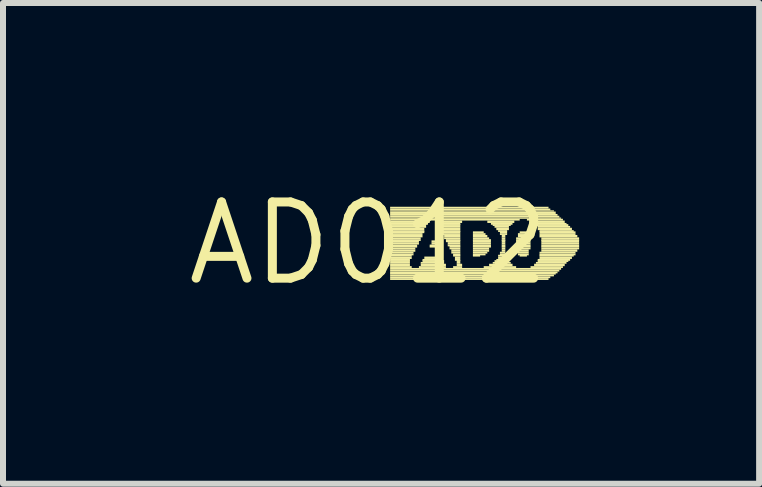
<source format=kicad_pcb>
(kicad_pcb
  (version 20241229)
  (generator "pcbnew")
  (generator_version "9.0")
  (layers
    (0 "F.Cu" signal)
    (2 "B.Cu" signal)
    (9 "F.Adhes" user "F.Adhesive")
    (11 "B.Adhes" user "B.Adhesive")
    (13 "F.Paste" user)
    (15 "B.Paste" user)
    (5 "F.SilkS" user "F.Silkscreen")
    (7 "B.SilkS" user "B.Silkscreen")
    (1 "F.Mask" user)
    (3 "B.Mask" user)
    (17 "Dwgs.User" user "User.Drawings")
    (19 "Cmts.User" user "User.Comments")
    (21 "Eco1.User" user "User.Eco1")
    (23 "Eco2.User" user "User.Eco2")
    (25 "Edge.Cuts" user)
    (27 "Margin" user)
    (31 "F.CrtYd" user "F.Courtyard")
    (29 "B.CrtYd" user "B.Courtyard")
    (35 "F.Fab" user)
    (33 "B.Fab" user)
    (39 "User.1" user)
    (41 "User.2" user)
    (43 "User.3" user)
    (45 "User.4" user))
  (footprint "AD012"
    (layer "F.Cu")
    (at 3.092 1.006)
    (property "Reference" "AD012" (at 0 0 0) (layer "F.SilkS") (effects (font (size 1.27 1.27) (thickness 0.15))))
    (attr through_hole)
    (fp_poly (pts (xy 0.36 -0.58) (xy 3 -0.58) (xy 3 -0.61) (xy 0.36 -0.61)) (stroke (width 0) (type solid)) (fill yes) (layer "F.SilkS"))
    (fp_poly (pts (xy 0.36 -0.55) (xy 3.03 -0.55) (xy 3.03 -0.58) (xy 0.36 -0.58)) (stroke (width 0) (type solid)) (fill yes) (layer "F.SilkS"))
    (fp_poly (pts (xy 0.36 -0.53) (xy 3.09 -0.53) (xy 3.09 -0.55) (xy 0.36 -0.55)) (stroke (width 0) (type solid)) (fill yes) (layer "F.SilkS"))
    (fp_poly (pts (xy 0.36 -0.49) (xy 3.12 -0.49) (xy 3.12 -0.53) (xy 0.36 -0.53)) (stroke (width 0) (type solid)) (fill yes) (layer "F.SilkS"))
    (fp_poly (pts (xy 0.36 -0.46) (xy 3.15 -0.46) (xy 3.15 -0.49) (xy 0.36 -0.49)) (stroke (width 0) (type solid)) (fill yes) (layer "F.SilkS"))
    (fp_poly (pts (xy 0.36 -0.43) (xy 3.18 -0.43) (xy 3.18 -0.46) (xy 0.36 -0.46)) (stroke (width 0) (type solid)) (fill yes) (layer "F.SilkS"))
    (fp_poly (pts (xy 0.36 -0.41) (xy 3.21 -0.41) (xy 3.21 -0.43) (xy 0.36 -0.43)) (stroke (width 0) (type solid)) (fill yes) (layer "F.SilkS"))
    (fp_poly (pts (xy 0.36 -0.38) (xy 2.52 -0.38) (xy 2.52 -0.41) (xy 0.36 -0.41)) (stroke (width 0) (type solid)) (fill yes) (layer "F.SilkS"))
    (fp_poly (pts (xy 0.36 -0.34) (xy 1.02 -0.34) (xy 1.02 -0.38) (xy 0.36 -0.38)) (stroke (width 0) (type solid)) (fill yes) (layer "F.SilkS"))
    (fp_poly (pts (xy 0.36 -0.31) (xy 0.99 -0.31) (xy 0.99 -0.34) (xy 0.36 -0.34)) (stroke (width 0) (type solid)) (fill yes) (layer "F.SilkS"))
    (fp_poly (pts (xy 0.36 -0.29) (xy 0.96 -0.29) (xy 0.96 -0.32) (xy 0.36 -0.32)) (stroke (width 0) (type solid)) (fill yes) (layer "F.SilkS"))
    (fp_poly (pts (xy 0.36 -0.26) (xy 0.96 -0.26) (xy 0.96 -0.29) (xy 0.36 -0.29)) (stroke (width 0) (type solid)) (fill yes) (layer "F.SilkS"))
    (fp_poly (pts (xy 0.36 -0.22) (xy 0.93 -0.22) (xy 0.93 -0.26) (xy 0.36 -0.26)) (stroke (width 0) (type solid)) (fill yes) (layer "F.SilkS"))
    (fp_poly (pts (xy 0.36 -0.19) (xy 0.93 -0.19) (xy 0.93 -0.22) (xy 0.36 -0.22)) (stroke (width 0) (type solid)) (fill yes) (layer "F.SilkS"))
    (fp_poly (pts (xy 0.36 -0.17) (xy 0.93 -0.17) (xy 0.93 -0.2) (xy 0.36 -0.2)) (stroke (width 0) (type solid)) (fill yes) (layer "F.SilkS"))
    (fp_poly (pts (xy 0.36 -0.14) (xy 0.9 -0.14) (xy 0.9 -0.17) (xy 0.36 -0.17)) (stroke (width 0) (type solid)) (fill yes) (layer "F.SilkS"))
    (fp_poly (pts (xy 0.36 -0.1) (xy 0.9 -0.1) (xy 0.9 -0.14) (xy 0.36 -0.14)) (stroke (width 0) (type solid)) (fill yes) (layer "F.SilkS"))
    (fp_poly (pts (xy 0.36 -0.07) (xy 0.87 -0.07) (xy 0.87 -0.1) (xy 0.36 -0.1)) (stroke (width 0) (type solid)) (fill yes) (layer "F.SilkS"))
    (fp_poly (pts (xy 0.36 -0.04) (xy 0.87 -0.04) (xy 0.87 -0.07) (xy 0.36 -0.07)) (stroke (width 0) (type solid)) (fill yes) (layer "F.SilkS"))
    (fp_poly (pts (xy 0.36 -0.02) (xy 0.84 -0.02) (xy 0.84 -0.05) (xy 0.36 -0.05)) (stroke (width 0) (type solid)) (fill yes) (layer "F.SilkS"))
    (fp_poly (pts (xy 0.36 0.02) (xy 0.84 0.02) (xy 0.84 -0.02) (xy 0.36 -0.02)) (stroke (width 0) (type solid)) (fill yes) (layer "F.SilkS"))
    (fp_poly (pts (xy 0.36 0.05) (xy 0.81 0.05) (xy 0.81 0.02) (xy 0.36 0.02)) (stroke (width 0) (type solid)) (fill yes) (layer "F.SilkS"))
    (fp_poly (pts (xy 0.36 0.07) (xy 0.81 0.07) (xy 0.81 0.04) (xy 0.36 0.04)) (stroke (width 0) (type solid)) (fill yes) (layer "F.SilkS"))
    (fp_poly (pts (xy 0.36 0.1) (xy 0.78 0.1) (xy 0.78 0.07) (xy 0.36 0.07)) (stroke (width 0) (type solid)) (fill yes) (layer "F.SilkS"))
    (fp_poly (pts (xy 0.36 0.14) (xy 0.78 0.14) (xy 0.78 0.1) (xy 0.36 0.1)) (stroke (width 0) (type solid)) (fill yes) (layer "F.SilkS"))
    (fp_poly (pts (xy 0.36 0.17) (xy 0.75 0.17) (xy 0.75 0.14) (xy 0.36 0.14)) (stroke (width 0) (type solid)) (fill yes) (layer "F.SilkS"))
    (fp_poly (pts (xy 0.36 0.2) (xy 0.75 0.2) (xy 0.75 0.17) (xy 0.36 0.17)) (stroke (width 0) (type solid)) (fill yes) (layer "F.SilkS"))
    (fp_poly (pts (xy 0.36 0.22) (xy 0.72 0.22) (xy 0.72 0.19) (xy 0.36 0.19)) (stroke (width 0) (type solid)) (fill yes) (layer "F.SilkS"))
    (fp_poly (pts (xy 0.36 0.26) (xy 0.72 0.26) (xy 0.72 0.22) (xy 0.36 0.22)) (stroke (width 0) (type solid)) (fill yes) (layer "F.SilkS"))
    (fp_poly (pts (xy 0.36 0.29) (xy 0.69 0.29) (xy 0.69 0.26) (xy 0.36 0.26)) (stroke (width 0) (type solid)) (fill yes) (layer "F.SilkS"))
    (fp_poly (pts (xy 0.36 0.31) (xy 0.69 0.31) (xy 0.69 0.28) (xy 0.36 0.28)) (stroke (width 0) (type solid)) (fill yes) (layer "F.SilkS"))
    (fp_poly (pts (xy 0.36 0.34) (xy 0.69 0.34) (xy 0.69 0.31) (xy 0.36 0.31)) (stroke (width 0) (type solid)) (fill yes) (layer "F.SilkS"))
    (fp_poly (pts (xy 0.36 0.38) (xy 0.69 0.38) (xy 0.69 0.34) (xy 0.36 0.34)) (stroke (width 0) (type solid)) (fill yes) (layer "F.SilkS"))
    (fp_poly (pts (xy 0.36 0.41) (xy 0.72 0.41) (xy 0.72 0.38) (xy 0.36 0.38)) (stroke (width 0) (type solid)) (fill yes) (layer "F.SilkS"))
    (fp_poly (pts (xy 0.36 0.44) (xy 3.21 0.44) (xy 3.21 0.41) (xy 0.36 0.41)) (stroke (width 0) (type solid)) (fill yes) (layer "F.SilkS"))
    (fp_poly (pts (xy 0.36 0.47) (xy 3.18 0.47) (xy 3.18 0.44) (xy 0.36 0.44)) (stroke (width 0) (type solid)) (fill yes) (layer "F.SilkS"))
    (fp_poly (pts (xy 0.36 0.5) (xy 3.15 0.5) (xy 3.15 0.47) (xy 0.36 0.47)) (stroke (width 0) (type solid)) (fill yes) (layer "F.SilkS"))
    (fp_poly (pts (xy 0.36 0.52) (xy 3.12 0.52) (xy 3.12 0.49) (xy 0.36 0.49)) (stroke (width 0) (type solid)) (fill yes) (layer "F.SilkS"))
    (fp_poly (pts (xy 0.36 0.55) (xy 3.09 0.55) (xy 3.09 0.52) (xy 0.36 0.52)) (stroke (width 0) (type solid)) (fill yes) (layer "F.SilkS"))
    (fp_poly (pts (xy 0.36 0.58) (xy 3.03 0.58) (xy 3.03 0.55) (xy 0.36 0.55)) (stroke (width 0) (type solid)) (fill yes) (layer "F.SilkS"))
    (fp_poly (pts (xy 0.36 0.61) (xy 3 0.61) (xy 3 0.58) (xy 0.36 0.58)) (stroke (width 0) (type solid)) (fill yes) (layer "F.SilkS"))
    (fp_poly (pts (xy 0.84 0.41) (xy 1.29 0.41) (xy 1.29 0.38) (xy 0.84 0.38)) (stroke (width 0) (type solid)) (fill yes) (layer "F.SilkS"))
    (fp_poly (pts (xy 0.87 0.34) (xy 1.26 0.34) (xy 1.26 0.31) (xy 0.87 0.31)) (stroke (width 0) (type solid)) (fill yes) (layer "F.SilkS"))
    (fp_poly (pts (xy 0.87 0.38) (xy 1.29 0.38) (xy 1.29 0.34) (xy 0.87 0.34)) (stroke (width 0) (type solid)) (fill yes) (layer "F.SilkS"))
    (fp_poly (pts (xy 0.9 0.29) (xy 1.23 0.29) (xy 1.23 0.26) (xy 0.9 0.26)) (stroke (width 0) (type solid)) (fill yes) (layer "F.SilkS"))
    (fp_poly (pts (xy 0.9 0.31) (xy 1.26 0.31) (xy 1.26 0.28) (xy 0.9 0.28)) (stroke (width 0) (type solid)) (fill yes) (layer "F.SilkS"))
    (fp_poly (pts (xy 0.93 0.26) (xy 1.23 0.26) (xy 1.23 0.22) (xy 0.93 0.22)) (stroke (width 0) (type solid)) (fill yes) (layer "F.SilkS"))
    (fp_poly (pts (xy 1.02 0.05) (xy 1.11 0.05) (xy 1.11 0.02) (xy 1.02 0.02)) (stroke (width 0) (type solid)) (fill yes) (layer "F.SilkS"))
    (fp_poly (pts (xy 1.02 0.07) (xy 1.14 0.07) (xy 1.14 0.04) (xy 1.02 0.04)) (stroke (width 0) (type solid)) (fill yes) (layer "F.SilkS"))
    (fp_poly (pts (xy 1.05 -0.02) (xy 1.11 -0.02) (xy 1.11 -0.05) (xy 1.05 -0.05)) (stroke (width 0) (type solid)) (fill yes) (layer "F.SilkS"))
    (fp_poly (pts (xy 1.05 0.02) (xy 1.11 0.02) (xy 1.11 -0.02) (xy 1.05 -0.02)) (stroke (width 0) (type solid)) (fill yes) (layer "F.SilkS"))
    (fp_poly (pts (xy 1.14 -0.34) (xy 1.56 -0.34) (xy 1.56 -0.38) (xy 1.14 -0.38)) (stroke (width 0) (type solid)) (fill yes) (layer "F.SilkS"))
    (fp_poly (pts (xy 1.17 -0.31) (xy 1.53 -0.31) (xy 1.53 -0.34) (xy 1.17 -0.34)) (stroke (width 0) (type solid)) (fill yes) (layer "F.SilkS"))
    (fp_poly (pts (xy 1.17 -0.29) (xy 1.53 -0.29) (xy 1.53 -0.32) (xy 1.17 -0.32)) (stroke (width 0) (type solid)) (fill yes) (layer "F.SilkS"))
    (fp_poly (pts (xy 1.2 -0.26) (xy 1.53 -0.26) (xy 1.53 -0.29) (xy 1.2 -0.29)) (stroke (width 0) (type solid)) (fill yes) (layer "F.SilkS"))
    (fp_poly (pts (xy 1.2 -0.22) (xy 1.53 -0.22) (xy 1.53 -0.26) (xy 1.2 -0.26)) (stroke (width 0) (type solid)) (fill yes) (layer "F.SilkS"))
    (fp_poly (pts (xy 1.23 -0.19) (xy 1.53 -0.19) (xy 1.53 -0.22) (xy 1.23 -0.22)) (stroke (width 0) (type solid)) (fill yes) (layer "F.SilkS"))
    (fp_poly (pts (xy 1.23 -0.17) (xy 1.53 -0.17) (xy 1.53 -0.2) (xy 1.23 -0.2)) (stroke (width 0) (type solid)) (fill yes) (layer "F.SilkS"))
    (fp_poly (pts (xy 1.23 -0.14) (xy 1.53 -0.14) (xy 1.53 -0.17) (xy 1.23 -0.17)) (stroke (width 0) (type solid)) (fill yes) (layer "F.SilkS"))
    (fp_poly (pts (xy 1.26 -0.1) (xy 1.53 -0.1) (xy 1.53 -0.14) (xy 1.26 -0.14)) (stroke (width 0) (type solid)) (fill yes) (layer "F.SilkS"))
    (fp_poly (pts (xy 1.26 -0.07) (xy 1.53 -0.07) (xy 1.53 -0.1) (xy 1.26 -0.1)) (stroke (width 0) (type solid)) (fill yes) (layer "F.SilkS"))
    (fp_poly (pts (xy 1.29 -0.04) (xy 1.53 -0.04) (xy 1.53 -0.07) (xy 1.29 -0.07)) (stroke (width 0) (type solid)) (fill yes) (layer "F.SilkS"))
    (fp_poly (pts (xy 1.29 -0.02) (xy 1.53 -0.02) (xy 1.53 -0.05) (xy 1.29 -0.05)) (stroke (width 0) (type solid)) (fill yes) (layer "F.SilkS"))
    (fp_poly (pts (xy 1.32 0.02) (xy 1.53 0.02) (xy 1.53 -0.02) (xy 1.32 -0.02)) (stroke (width 0) (type solid)) (fill yes) (layer "F.SilkS"))
    (fp_poly (pts (xy 1.32 0.05) (xy 1.53 0.05) (xy 1.53 0.02) (xy 1.32 0.02)) (stroke (width 0) (type solid)) (fill yes) (layer "F.SilkS"))
    (fp_poly (pts (xy 1.35 0.07) (xy 1.53 0.07) (xy 1.53 0.04) (xy 1.35 0.04)) (stroke (width 0) (type solid)) (fill yes) (layer "F.SilkS"))
    (fp_poly (pts (xy 1.35 0.1) (xy 1.53 0.1) (xy 1.53 0.07) (xy 1.35 0.07)) (stroke (width 0) (type solid)) (fill yes) (layer "F.SilkS"))
    (fp_poly (pts (xy 1.38 0.14) (xy 1.53 0.14) (xy 1.53 0.1) (xy 1.38 0.1)) (stroke (width 0) (type solid)) (fill yes) (layer "F.SilkS"))
    (fp_poly (pts (xy 1.38 0.17) (xy 1.53 0.17) (xy 1.53 0.14) (xy 1.38 0.14)) (stroke (width 0) (type solid)) (fill yes) (layer "F.SilkS"))
    (fp_poly (pts (xy 1.41 0.2) (xy 1.53 0.2) (xy 1.53 0.17) (xy 1.41 0.17)) (stroke (width 0) (type solid)) (fill yes) (layer "F.SilkS"))
    (fp_poly (pts (xy 1.41 0.22) (xy 1.53 0.22) (xy 1.53 0.19) (xy 1.41 0.19)) (stroke (width 0) (type solid)) (fill yes) (layer "F.SilkS"))
    (fp_poly (pts (xy 1.41 0.41) (xy 1.56 0.41) (xy 1.56 0.38) (xy 1.41 0.38)) (stroke (width 0) (type solid)) (fill yes) (layer "F.SilkS"))
    (fp_poly (pts (xy 1.44 0.26) (xy 1.53 0.26) (xy 1.53 0.22) (xy 1.44 0.22)) (stroke (width 0) (type solid)) (fill yes) (layer "F.SilkS"))
    (fp_poly (pts (xy 1.44 0.29) (xy 1.53 0.29) (xy 1.53 0.26) (xy 1.44 0.26)) (stroke (width 0) (type solid)) (fill yes) (layer "F.SilkS"))
    (fp_poly (pts (xy 1.47 0.31) (xy 1.53 0.31) (xy 1.53 0.28) (xy 1.47 0.28)) (stroke (width 0) (type solid)) (fill yes) (layer "F.SilkS"))
    (fp_poly (pts (xy 1.47 0.34) (xy 1.53 0.34) (xy 1.53 0.31) (xy 1.47 0.31)) (stroke (width 0) (type solid)) (fill yes) (layer "F.SilkS"))
    (fp_poly (pts (xy 1.47 0.38) (xy 1.56 0.38) (xy 1.56 0.34) (xy 1.47 0.34)) (stroke (width 0) (type solid)) (fill yes) (layer "F.SilkS"))
    (fp_poly (pts (xy 1.74 -0.17) (xy 1.92 -0.17) (xy 1.92 -0.2) (xy 1.74 -0.2)) (stroke (width 0) (type solid)) (fill yes) (layer "F.SilkS"))
    (fp_poly (pts (xy 1.74 -0.14) (xy 1.95 -0.14) (xy 1.95 -0.17) (xy 1.74 -0.17)) (stroke (width 0) (type solid)) (fill yes) (layer "F.SilkS"))
    (fp_poly (pts (xy 1.74 -0.1) (xy 1.98 -0.1) (xy 1.98 -0.14) (xy 1.74 -0.14)) (stroke (width 0) (type solid)) (fill yes) (layer "F.SilkS"))
    (fp_poly (pts (xy 1.74 -0.07) (xy 2.01 -0.07) (xy 2.01 -0.1) (xy 1.74 -0.1)) (stroke (width 0) (type solid)) (fill yes) (layer "F.SilkS"))
    (fp_poly (pts (xy 1.74 -0.04) (xy 2.04 -0.04) (xy 2.04 -0.07) (xy 1.74 -0.07)) (stroke (width 0) (type solid)) (fill yes) (layer "F.SilkS"))
    (fp_poly (pts (xy 1.74 -0.02) (xy 2.04 -0.02) (xy 2.04 -0.05) (xy 1.74 -0.05)) (stroke (width 0) (type solid)) (fill yes) (layer "F.SilkS"))
    (fp_poly (pts (xy 1.74 0.02) (xy 2.04 0.02) (xy 2.04 -0.02) (xy 1.74 -0.02)) (stroke (width 0) (type solid)) (fill yes) (layer "F.SilkS"))
    (fp_poly (pts (xy 1.74 0.05) (xy 2.04 0.05) (xy 2.04 0.02) (xy 1.74 0.02)) (stroke (width 0) (type solid)) (fill yes) (layer "F.SilkS"))
    (fp_poly (pts (xy 1.74 0.07) (xy 2.04 0.07) (xy 2.04 0.04) (xy 1.74 0.04)) (stroke (width 0) (type solid)) (fill yes) (layer "F.SilkS"))
    (fp_poly (pts (xy 1.74 0.1) (xy 2.01 0.1) (xy 2.01 0.07) (xy 1.74 0.07)) (stroke (width 0) (type solid)) (fill yes) (layer "F.SilkS"))
    (fp_poly (pts (xy 1.74 0.14) (xy 2.01 0.14) (xy 2.01 0.1) (xy 1.74 0.1)) (stroke (width 0) (type solid)) (fill yes) (layer "F.SilkS"))
    (fp_poly (pts (xy 1.74 0.17) (xy 1.98 0.17) (xy 1.98 0.14) (xy 1.74 0.14)) (stroke (width 0) (type solid)) (fill yes) (layer "F.SilkS"))
    (fp_poly (pts (xy 1.74 0.2) (xy 1.95 0.2) (xy 1.95 0.17) (xy 1.74 0.17)) (stroke (width 0) (type solid)) (fill yes) (layer "F.SilkS"))
    (fp_poly (pts (xy 1.74 0.22) (xy 1.86 0.22) (xy 1.86 0.19) (xy 1.74 0.19)) (stroke (width 0) (type solid)) (fill yes) (layer "F.SilkS"))
    (fp_poly (pts (xy 1.92 0.41) (xy 2.46 0.41) (xy 2.46 0.38) (xy 1.92 0.38)) (stroke (width 0) (type solid)) (fill yes) (layer "F.SilkS"))
    (fp_poly (pts (xy 1.98 -0.34) (xy 2.43 -0.34) (xy 2.43 -0.38) (xy 1.98 -0.38)) (stroke (width 0) (type solid)) (fill yes) (layer "F.SilkS"))
    (fp_poly (pts (xy 2.01 0.38) (xy 2.4 0.38) (xy 2.4 0.34) (xy 2.01 0.34)) (stroke (width 0) (type solid)) (fill yes) (layer "F.SilkS"))
    (fp_poly (pts (xy 2.04 -0.31) (xy 2.4 -0.31) (xy 2.4 -0.34) (xy 2.04 -0.34)) (stroke (width 0) (type solid)) (fill yes) (layer "F.SilkS"))
    (fp_poly (pts (xy 2.07 -0.29) (xy 2.37 -0.29) (xy 2.37 -0.32) (xy 2.07 -0.32)) (stroke (width 0) (type solid)) (fill yes) (layer "F.SilkS"))
    (fp_poly (pts (xy 2.07 0.34) (xy 2.37 0.34) (xy 2.37 0.31) (xy 2.07 0.31)) (stroke (width 0) (type solid)) (fill yes) (layer "F.SilkS"))
    (fp_poly (pts (xy 2.1 -0.26) (xy 2.34 -0.26) (xy 2.34 -0.29) (xy 2.1 -0.29)) (stroke (width 0) (type solid)) (fill yes) (layer "F.SilkS"))
    (fp_poly (pts (xy 2.1 0.31) (xy 2.34 0.31) (xy 2.34 0.28) (xy 2.1 0.28)) (stroke (width 0) (type solid)) (fill yes) (layer "F.SilkS"))
    (fp_poly (pts (xy 2.13 -0.22) (xy 2.34 -0.22) (xy 2.34 -0.26) (xy 2.13 -0.26)) (stroke (width 0) (type solid)) (fill yes) (layer "F.SilkS"))
    (fp_poly (pts (xy 2.13 0.29) (xy 2.34 0.29) (xy 2.34 0.26) (xy 2.13 0.26)) (stroke (width 0) (type solid)) (fill yes) (layer "F.SilkS"))
    (fp_poly (pts (xy 2.16 -0.19) (xy 2.31 -0.19) (xy 2.31 -0.22) (xy 2.16 -0.22)) (stroke (width 0) (type solid)) (fill yes) (layer "F.SilkS"))
    (fp_poly (pts (xy 2.16 0.22) (xy 2.31 0.22) (xy 2.31 0.19) (xy 2.16 0.19)) (stroke (width 0) (type solid)) (fill yes) (layer "F.SilkS"))
    (fp_poly (pts (xy 2.16 0.26) (xy 2.31 0.26) (xy 2.31 0.22) (xy 2.16 0.22)) (stroke (width 0) (type solid)) (fill yes) (layer "F.SilkS"))
    (fp_poly (pts (xy 2.19 -0.17) (xy 2.31 -0.17) (xy 2.31 -0.2) (xy 2.19 -0.2)) (stroke (width 0) (type solid)) (fill yes) (layer "F.SilkS"))
    (fp_poly (pts (xy 2.19 -0.14) (xy 2.31 -0.14) (xy 2.31 -0.17) (xy 2.19 -0.17)) (stroke (width 0) (type solid)) (fill yes) (layer "F.SilkS"))
    (fp_poly (pts (xy 2.19 0.17) (xy 2.28 0.17) (xy 2.28 0.14) (xy 2.19 0.14)) (stroke (width 0) (type solid)) (fill yes) (layer "F.SilkS"))
    (fp_poly (pts (xy 2.19 0.2) (xy 2.31 0.2) (xy 2.31 0.17) (xy 2.19 0.17)) (stroke (width 0) (type solid)) (fill yes) (layer "F.SilkS"))
    (fp_poly (pts (xy 2.22 -0.1) (xy 2.28 -0.1) (xy 2.28 -0.14) (xy 2.22 -0.14)) (stroke (width 0) (type solid)) (fill yes) (layer "F.SilkS"))
    (fp_poly (pts (xy 2.22 -0.07) (xy 2.28 -0.07) (xy 2.28 -0.1) (xy 2.22 -0.1)) (stroke (width 0) (type solid)) (fill yes) (layer "F.SilkS"))
    (fp_poly (pts (xy 2.22 -0.04) (xy 2.28 -0.04) (xy 2.28 -0.07) (xy 2.22 -0.07)) (stroke (width 0) (type solid)) (fill yes) (layer "F.SilkS"))
    (fp_poly (pts (xy 2.22 -0.02) (xy 2.28 -0.02) (xy 2.28 -0.05) (xy 2.22 -0.05)) (stroke (width 0) (type solid)) (fill yes) (layer "F.SilkS"))
    (fp_poly (pts (xy 2.22 0.02) (xy 2.28 0.02) (xy 2.28 -0.02) (xy 2.22 -0.02)) (stroke (width 0) (type solid)) (fill yes) (layer "F.SilkS"))
    (fp_poly (pts (xy 2.22 0.05) (xy 2.28 0.05) (xy 2.28 0.02) (xy 2.22 0.02)) (stroke (width 0) (type solid)) (fill yes) (layer "F.SilkS"))
    (fp_poly (pts (xy 2.22 0.07) (xy 2.28 0.07) (xy 2.28 0.04) (xy 2.22 0.04)) (stroke (width 0) (type solid)) (fill yes) (layer "F.SilkS"))
    (fp_poly (pts (xy 2.22 0.1) (xy 2.28 0.1) (xy 2.28 0.07) (xy 2.22 0.07)) (stroke (width 0) (type solid)) (fill yes) (layer "F.SilkS"))
    (fp_poly (pts (xy 2.22 0.14) (xy 2.28 0.14) (xy 2.28 0.1) (xy 2.22 0.1)) (stroke (width 0) (type solid)) (fill yes) (layer "F.SilkS"))
    (fp_poly (pts (xy 2.46 -0.07) (xy 2.67 -0.07) (xy 2.67 -0.1) (xy 2.46 -0.1)) (stroke (width 0) (type solid)) (fill yes) (layer "F.SilkS"))
    (fp_poly (pts (xy 2.46 -0.04) (xy 2.7 -0.04) (xy 2.7 -0.07) (xy 2.46 -0.07)) (stroke (width 0) (type solid)) (fill yes) (layer "F.SilkS"))
    (fp_poly (pts (xy 2.46 -0.02) (xy 2.7 -0.02) (xy 2.7 -0.05) (xy 2.46 -0.05)) (stroke (width 0) (type solid)) (fill yes) (layer "F.SilkS"))
    (fp_poly (pts (xy 2.46 0.02) (xy 2.7 0.02) (xy 2.7 -0.02) (xy 2.46 -0.02)) (stroke (width 0) (type solid)) (fill yes) (layer "F.SilkS"))
    (fp_poly (pts (xy 2.46 0.05) (xy 2.7 0.05) (xy 2.7 0.02) (xy 2.46 0.02)) (stroke (width 0) (type solid)) (fill yes) (layer "F.SilkS"))
    (fp_poly (pts (xy 2.46 0.07) (xy 2.7 0.07) (xy 2.7 0.04) (xy 2.46 0.04)) (stroke (width 0) (type solid)) (fill yes) (layer "F.SilkS"))
    (fp_poly (pts (xy 2.46 0.1) (xy 2.7 0.1) (xy 2.7 0.07) (xy 2.46 0.07)) (stroke (width 0) (type solid)) (fill yes) (layer "F.SilkS"))
    (fp_poly (pts (xy 2.46 0.14) (xy 2.67 0.14) (xy 2.67 0.1) (xy 2.46 0.1)) (stroke (width 0) (type solid)) (fill yes) (layer "F.SilkS"))
    (fp_poly (pts (xy 2.49 -0.14) (xy 2.67 -0.14) (xy 2.67 -0.17) (xy 2.49 -0.17)) (stroke (width 0) (type solid)) (fill yes) (layer "F.SilkS"))
    (fp_poly (pts (xy 2.49 -0.1) (xy 2.67 -0.1) (xy 2.67 -0.14) (xy 2.49 -0.14)) (stroke (width 0) (type solid)) (fill yes) (layer "F.SilkS"))
    (fp_poly (pts (xy 2.49 0.17) (xy 2.67 0.17) (xy 2.67 0.14) (xy 2.49 0.14)) (stroke (width 0) (type solid)) (fill yes) (layer "F.SilkS"))
    (fp_poly (pts (xy 2.49 0.2) (xy 2.67 0.2) (xy 2.67 0.17) (xy 2.49 0.17)) (stroke (width 0) (type solid)) (fill yes) (layer "F.SilkS"))
    (fp_poly (pts (xy 2.52 -0.17) (xy 2.64 -0.17) (xy 2.64 -0.2) (xy 2.52 -0.2)) (stroke (width 0) (type solid)) (fill yes) (layer "F.SilkS"))
    (fp_poly (pts (xy 2.52 0.22) (xy 2.64 0.22) (xy 2.64 0.19) (xy 2.52 0.19)) (stroke (width 0) (type solid)) (fill yes) (layer "F.SilkS"))
    (fp_poly (pts (xy 2.64 -0.38) (xy 3.24 -0.38) (xy 3.24 -0.41) (xy 2.64 -0.41)) (stroke (width 0) (type solid)) (fill yes) (layer "F.SilkS"))
    (fp_poly (pts (xy 2.7 0.41) (xy 3.24 0.41) (xy 3.24 0.38) (xy 2.7 0.38)) (stroke (width 0) (type solid)) (fill yes) (layer "F.SilkS"))
    (fp_poly (pts (xy 2.73 -0.34) (xy 3.27 -0.34) (xy 3.27 -0.38) (xy 2.73 -0.38)) (stroke (width 0) (type solid)) (fill yes) (layer "F.SilkS"))
    (fp_poly (pts (xy 2.76 -0.31) (xy 3.3 -0.31) (xy 3.3 -0.34) (xy 2.76 -0.34)) (stroke (width 0) (type solid)) (fill yes) (layer "F.SilkS"))
    (fp_poly (pts (xy 2.76 0.38) (xy 3.27 0.38) (xy 3.27 0.34) (xy 2.76 0.34)) (stroke (width 0) (type solid)) (fill yes) (layer "F.SilkS"))
    (fp_poly (pts (xy 2.79 -0.29) (xy 3.33 -0.29) (xy 3.33 -0.32) (xy 2.79 -0.32)) (stroke (width 0) (type solid)) (fill yes) (layer "F.SilkS"))
    (fp_poly (pts (xy 2.79 0.34) (xy 3.3 0.34) (xy 3.3 0.31) (xy 2.79 0.31)) (stroke (width 0) (type solid)) (fill yes) (layer "F.SilkS"))
    (fp_poly (pts (xy 2.82 -0.26) (xy 3.36 -0.26) (xy 3.36 -0.29) (xy 2.82 -0.29)) (stroke (width 0) (type solid)) (fill yes) (layer "F.SilkS"))
    (fp_poly (pts (xy 2.82 -0.22) (xy 3.39 -0.22) (xy 3.39 -0.26) (xy 2.82 -0.26)) (stroke (width 0) (type solid)) (fill yes) (layer "F.SilkS"))
    (fp_poly (pts (xy 2.82 0.29) (xy 3.36 0.29) (xy 3.36 0.26) (xy 2.82 0.26)) (stroke (width 0) (type solid)) (fill yes) (layer "F.SilkS"))
    (fp_poly (pts (xy 2.82 0.31) (xy 3.33 0.31) (xy 3.33 0.28) (xy 2.82 0.28)) (stroke (width 0) (type solid)) (fill yes) (layer "F.SilkS"))
    (fp_poly (pts (xy 2.85 -0.19) (xy 3.42 -0.19) (xy 3.42 -0.22) (xy 2.85 -0.22)) (stroke (width 0) (type solid)) (fill yes) (layer "F.SilkS"))
    (fp_poly (pts (xy 2.85 -0.17) (xy 3.45 -0.17) (xy 3.45 -0.2) (xy 2.85 -0.2)) (stroke (width 0) (type solid)) (fill yes) (layer "F.SilkS"))
    (fp_poly (pts (xy 2.85 -0.14) (xy 3.45 -0.14) (xy 3.45 -0.17) (xy 2.85 -0.17)) (stroke (width 0) (type solid)) (fill yes) (layer "F.SilkS"))
    (fp_poly (pts (xy 2.85 -0.1) (xy 3.48 -0.1) (xy 3.48 -0.14) (xy 2.85 -0.14)) (stroke (width 0) (type solid)) (fill yes) (layer "F.SilkS"))
    (fp_poly (pts (xy 2.85 0.17) (xy 3.45 0.17) (xy 3.45 0.14) (xy 2.85 0.14)) (stroke (width 0) (type solid)) (fill yes) (layer "F.SilkS"))
    (fp_poly (pts (xy 2.85 0.2) (xy 3.45 0.2) (xy 3.45 0.17) (xy 2.85 0.17)) (stroke (width 0) (type solid)) (fill yes) (layer "F.SilkS"))
    (fp_poly (pts (xy 2.85 0.22) (xy 3.42 0.22) (xy 3.42 0.19) (xy 2.85 0.19)) (stroke (width 0) (type solid)) (fill yes) (layer "F.SilkS"))
    (fp_poly (pts (xy 2.85 0.26) (xy 3.39 0.26) (xy 3.39 0.22) (xy 2.85 0.22)) (stroke (width 0) (type solid)) (fill yes) (layer "F.SilkS"))
    (fp_poly (pts (xy 2.88 -0.07) (xy 3.51 -0.07) (xy 3.51 -0.1) (xy 2.88 -0.1)) (stroke (width 0) (type solid)) (fill yes) (layer "F.SilkS"))
    (fp_poly (pts (xy 2.88 -0.04) (xy 3.51 -0.04) (xy 3.51 -0.07) (xy 2.88 -0.07)) (stroke (width 0) (type solid)) (fill yes) (layer "F.SilkS"))
    (fp_poly (pts (xy 2.88 -0.02) (xy 3.51 -0.02) (xy 3.51 -0.05) (xy 2.88 -0.05)) (stroke (width 0) (type solid)) (fill yes) (layer "F.SilkS"))
    (fp_poly (pts (xy 2.88 0.02) (xy 3.51 0.02) (xy 3.51 -0.02) (xy 2.88 -0.02)) (stroke (width 0) (type solid)) (fill yes) (layer "F.SilkS"))
    (fp_poly (pts (xy 2.88 0.05) (xy 3.51 0.05) (xy 3.51 0.02) (xy 2.88 0.02)) (stroke (width 0) (type solid)) (fill yes) (layer "F.SilkS"))
    (fp_poly (pts (xy 2.88 0.07) (xy 3.51 0.07) (xy 3.51 0.04) (xy 2.88 0.04)) (stroke (width 0) (type solid)) (fill yes) (layer "F.SilkS"))
    (fp_poly (pts (xy 2.88 0.1) (xy 3.51 0.1) (xy 3.51 0.07) (xy 2.88 0.07)) (stroke (width 0) (type solid)) (fill yes) (layer "F.SilkS"))
    (fp_poly (pts (xy 2.88 0.14) (xy 3.48 0.14) (xy 3.48 0.1) (xy 2.88 0.1)) (stroke (width 0) (type solid)) (fill yes) (layer "F.SilkS")))
  (gr_rect
    (start -3 -3)
    (end 9.602 5.012)
    (stroke (width 0.1) (type default))
    (fill no)
    (layer "Edge.Cuts")))
</source>
